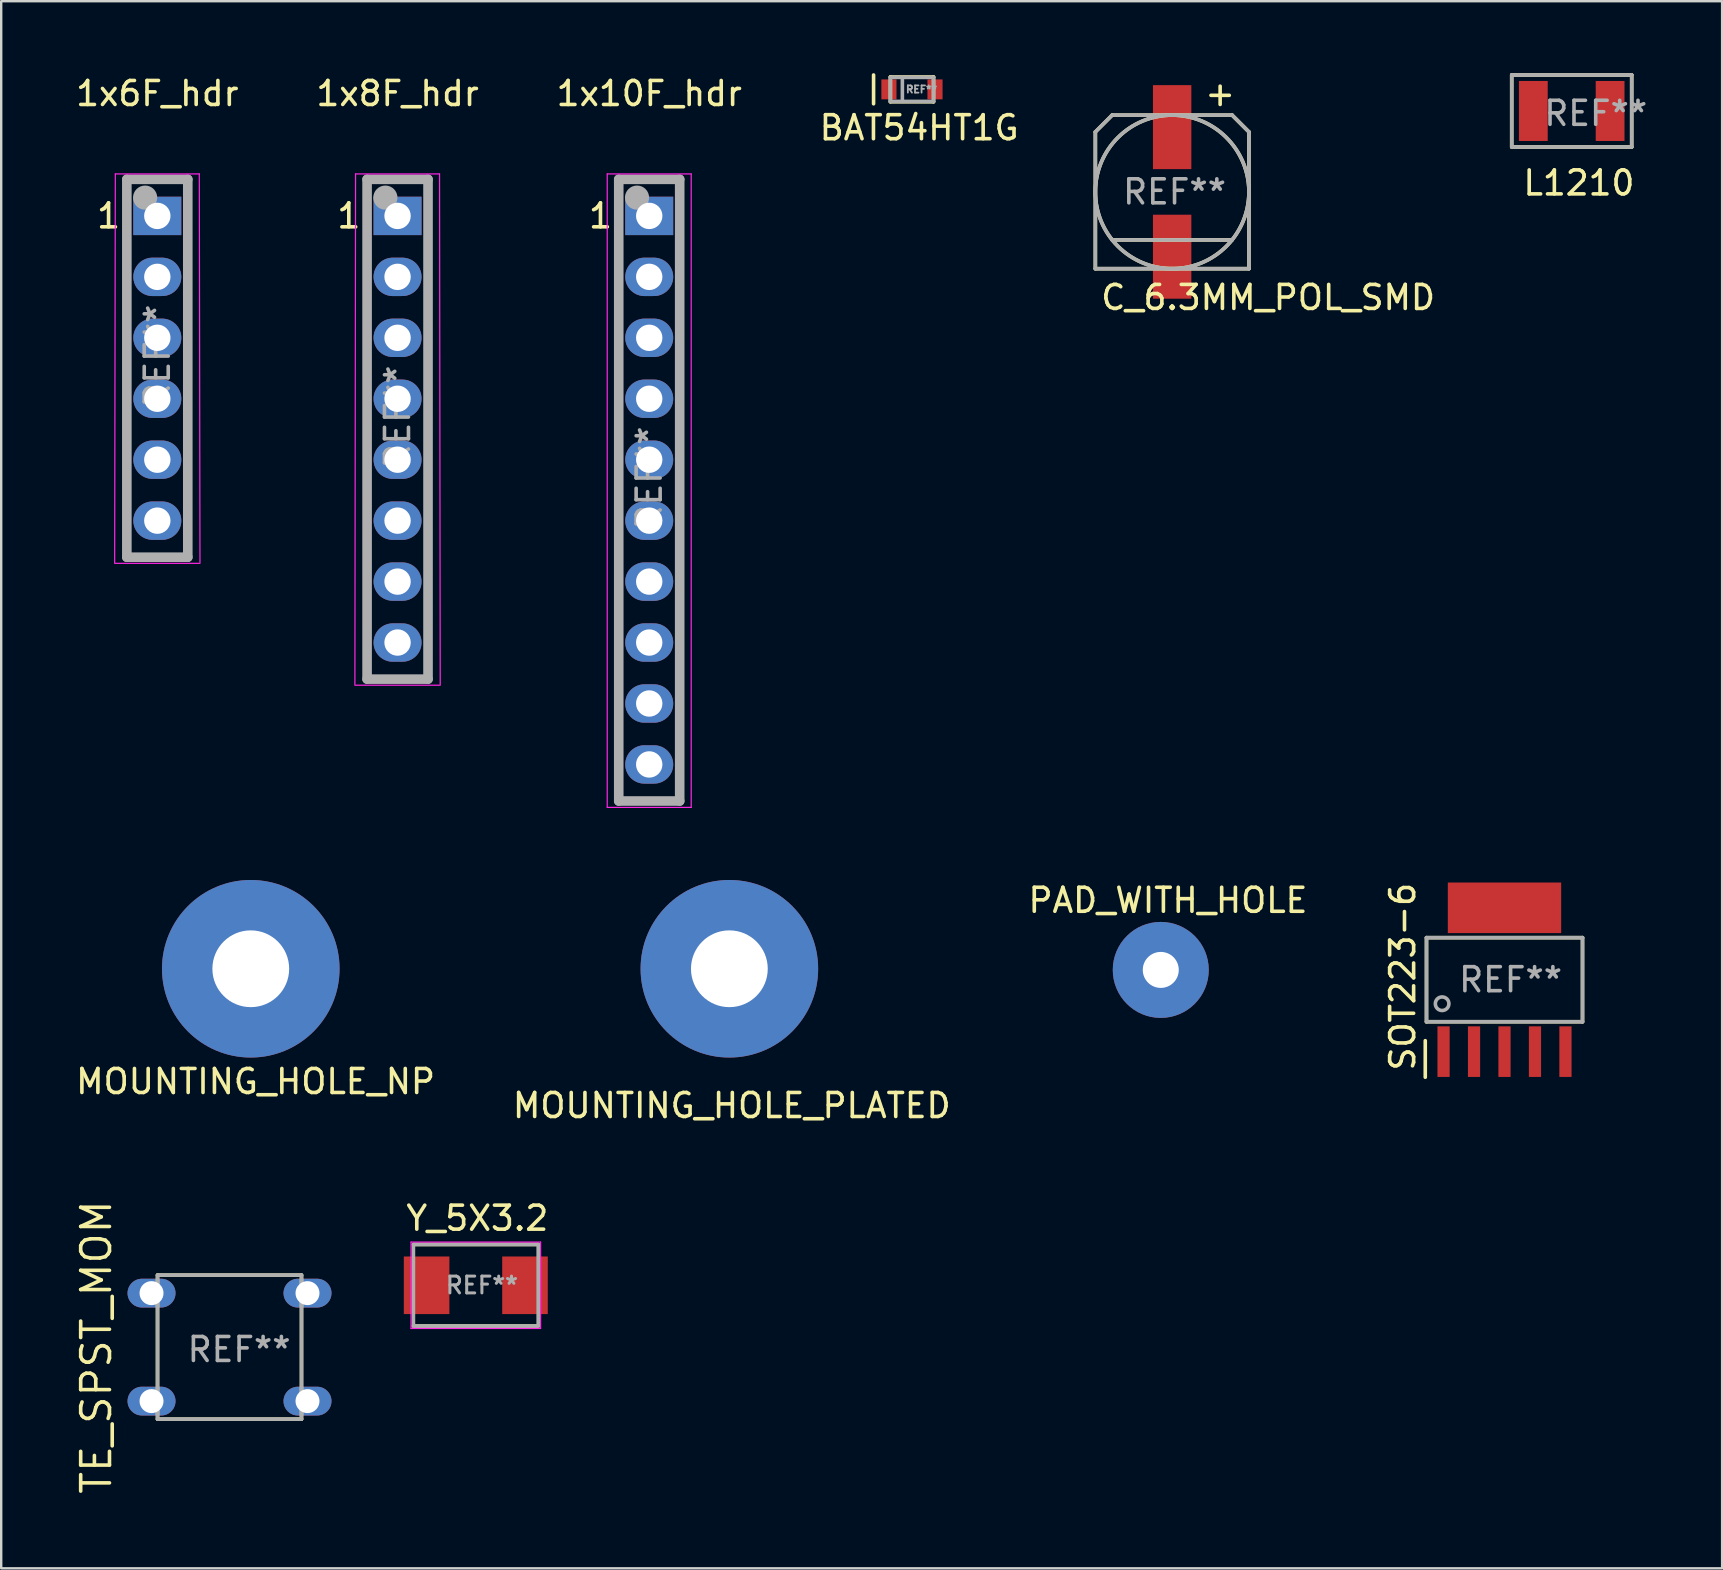
<source format=kicad_pcb>
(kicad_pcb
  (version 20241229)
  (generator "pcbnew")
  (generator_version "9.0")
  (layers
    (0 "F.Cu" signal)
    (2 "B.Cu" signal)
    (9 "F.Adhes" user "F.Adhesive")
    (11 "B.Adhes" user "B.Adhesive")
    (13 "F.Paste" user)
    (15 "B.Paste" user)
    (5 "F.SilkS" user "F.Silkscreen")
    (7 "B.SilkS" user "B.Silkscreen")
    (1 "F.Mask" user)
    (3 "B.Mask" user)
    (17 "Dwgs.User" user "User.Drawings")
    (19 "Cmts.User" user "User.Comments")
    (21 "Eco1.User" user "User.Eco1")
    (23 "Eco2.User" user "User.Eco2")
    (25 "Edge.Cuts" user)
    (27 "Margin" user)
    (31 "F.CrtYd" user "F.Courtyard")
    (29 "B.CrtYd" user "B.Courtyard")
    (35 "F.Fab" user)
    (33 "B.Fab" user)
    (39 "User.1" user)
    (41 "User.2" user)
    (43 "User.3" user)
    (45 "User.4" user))
  (footprint "BAT54HT1G"
    (layer "F.Cu")
    (at 34.956 0.675)
    (property "Reference" "BAT54HT1G" (at 0.3 1.6 0) (layer "F.SilkS") (effects (font (size 1 1) (thickness 0.15))))
    (attr through_hole)
    (fp_line (start -1.6 -0.6) (end -1.6 0.6) (stroke (width 0.15) (type solid)) (layer "F.SilkS"))
    (fp_line (start -0.9 -0.517) (end -0.9 0.517) (stroke (width 0.15) (type solid)) (layer "F.SilkS"))
    (fp_line (start -0.9 0.517) (end 0.9 0.517) (stroke (width 0.15) (type solid)) (layer "F.SilkS"))
    (fp_line (start 0.9 -0.517) (end -0.9 -0.517) (stroke (width 0.15) (type solid)) (layer "F.SilkS"))
    (fp_line (start 0.9 0.517) (end 0.9 -0.517) (stroke (width 0.15) (type solid)) (layer "F.SilkS"))
    (fp_line (start -0.9 -0.5) (end 0.9 -0.5) (stroke (width 0.15) (type solid)) (layer "F.Fab"))
    (fp_line (start -0.9 0.5) (end -0.9 -0.5) (stroke (width 0.15) (type solid)) (layer "F.Fab"))
    (fp_line (start -0.4 -0.5) (end -0.4 0.5) (stroke (width 0.15) (type solid)) (layer "F.Fab"))
    (fp_line (start 0.9 -0.5) (end 0.9 0.5) (stroke (width 0.15) (type solid)) (layer "F.Fab"))
    (fp_line (start 0.9 0.5) (end -0.9 0.5) (stroke (width 0.15) (type solid)) (layer "F.Fab"))
    (fp_text user "REF**" (at 0.4 0 0) (layer "F.Fab") (effects (font (size 0.3 0.3) (thickness 0.075))))
    (pad "1" smd rect (at -0.96 0) (size 0.63 0.83) (layers "F.Cu" "F.Mask" "F.Paste"))
    (pad "2" smd rect (at 0.96 0) (size 0.63 0.83) (layers "F.Cu" "F.Mask" "F.Paste")))
  (footprint "MOUNTING_HOLE_PLATED"
    (layer "F.Cu")
    (at 27.346 37.323)
    (property "Reference" "MOUNTING_HOLE_PLATED" (at 0.1 5.7 0) (layer "F.SilkS") (effects (font (size 1 1) (thickness 0.15))))
    (attr through_hole)
    (pad "1" thru_hole circle (at 0 0) (size 7.4 7.4) (drill 3.2) (layers "*.Cu" "*.Mask")))
  (footprint "SOT223-6"
    (layer "F.Cu")
    (at 57.11 40.777)
    (property "Reference" "SOT223-6" (at -1.702 -3.124 90) (layer "F.SilkS") (effects (font (size 1 1) (thickness 0.15))))
    (attr through_hole)
    (fp_line (start -0.762 -0.457) (end -0.762 1.067) (stroke (width 0.15) (type solid)) (layer "F.SilkS"))
    (fp_line (start -0.711 -4.75) (end -0.711 -1.245) (stroke (width 0.15) (type solid)) (layer "F.SilkS"))
    (fp_line (start 5.791 -4.75) (end -0.711 -4.75) (stroke (width 0.15) (type solid)) (layer "F.SilkS"))
    (fp_line (start 5.791 -4.75) (end 5.791 -1.245) (stroke (width 0.15) (type solid)) (layer "F.SilkS"))
    (fp_line (start 5.791 -1.245) (end -0.711 -1.245) (stroke (width 0.15) (type solid)) (layer "F.SilkS"))
    (fp_line (start -0.711 -4.75) (end -0.711 -1.245) (stroke (width 0.15) (type solid)) (layer "F.Fab"))
    (fp_line (start 5.791 -4.75) (end -0.711 -4.75) (stroke (width 0.15) (type solid)) (layer "F.Fab"))
    (fp_line (start 5.791 -4.75) (end 5.791 -1.245) (stroke (width 0.15) (type solid)) (layer "F.Fab"))
    (fp_line (start 5.791 -1.245) (end -0.711 -1.245) (stroke (width 0.15) (type solid)) (layer "F.Fab"))
    (fp_circle (center -0.06 -1.997) (end 0.14 -1.797) (stroke (width 0.15) (type solid)) (fill no) (layer "F.Fab"))
    (fp_text user "REF**" (at 2.794 -2.997 0) (layer "F.Fab") (effects (font (size 1 1) (thickness 0.15))))
    (pad "1" smd rect (at 0 0) (size 0.508 2.108) (layers "F.Cu" "F.Mask" "F.Paste"))
    (pad "2" smd rect (at 1.27 0) (size 0.508 2.108) (layers "F.Cu" "F.Mask" "F.Paste"))
    (pad "3" smd rect (at 2.54 0) (size 0.508 2.108) (layers "F.Cu" "F.Mask" "F.Paste"))
    (pad "4" smd rect (at 3.81 0) (size 0.508 2.108) (layers "F.Cu" "F.Mask" "F.Paste"))
    (pad "5" smd rect (at 5.08 0) (size 0.508 2.108) (layers "F.Cu" "F.Mask" "F.Paste"))
    (pad "6" smd rect (at 2.54 -5.994) (size 4.724 2.108) (layers "F.Cu" "F.Mask" "F.Paste")))
  (footprint "Y_5X3.2"
    (layer "F.Cu")
    (at 16.779 50.514)
    (property "Reference" "Y_5X3.2" (at 0.064 -2.794 0) (layer "F.SilkS") (effects (font (size 1 1) (thickness 0.15))))
    (attr smd)
    (fp_line (start -2.6 1.7) (end 2.6 1.7) (stroke (width 0.15) (type solid)) (layer "F.SilkS"))
    (fp_line (start 2.6 -1.7) (end -2.6 -1.7) (stroke (width 0.15) (type solid)) (layer "F.SilkS"))
    (fp_line (start -2.7 -1.8) (end -2.7 1.8) (stroke (width 0.05) (type solid)) (layer "F.CrtYd"))
    (fp_line (start -2.7 -1.8) (end 2.7 -1.8) (stroke (width 0.05) (type solid)) (layer "F.CrtYd"))
    (fp_line (start -2.7 1.8) (end 2.7 1.8) (stroke (width 0.05) (type solid)) (layer "F.CrtYd"))
    (fp_line (start 2.7 -1.8) (end 2.7 1.8) (stroke (width 0.05) (type solid)) (layer "F.CrtYd"))
    (fp_line (start -2.6 -1.7) (end 2.6 -1.7) (stroke (width 0.15) (type solid)) (layer "F.Fab"))
    (fp_line (start -2.6 1.7) (end -2.6 -1.7) (stroke (width 0.15) (type solid)) (layer "F.Fab"))
    (fp_line (start 2.6 -1.7) (end 2.6 1.7) (stroke (width 0.15) (type solid)) (layer "F.Fab"))
    (fp_line (start 2.6 1.7) (end -2.6 1.7) (stroke (width 0.15) (type solid)) (layer "F.Fab"))
    (fp_text user "REF**" (at 0.254 0 0) (layer "F.Fab") (effects (font (size 0.7 0.7) (thickness 0.125))))
    (pad "1" smd rect (at -2.05 0) (size 1.9 2.4) (layers "F.Cu" "F.Mask" "F.Paste"))
    (pad "2" smd rect (at 2.05 0) (size 1.9 2.4) (layers "F.Cu" "F.Mask" "F.Paste")))
  (footprint "TE_SPST_MOM"
    (layer "F.Cu")
    (at 6.515 53.091)
    (property "Reference" "TE_SPST_MOM" (at -5.55 0 90) (layer "F.SilkS") (effects (font (size 1.2 1.2) (thickness 0.15))))
    (attr through_hole)
    (fp_line (start -3 -3) (end -3 3) (stroke (width 0.15) (type solid)) (layer "F.SilkS"))
    (fp_line (start -3 3) (end 3 3) (stroke (width 0.15) (type solid)) (layer "F.SilkS"))
    (fp_line (start 3 -3) (end -3 -3) (stroke (width 0.15) (type solid)) (layer "F.SilkS"))
    (fp_line (start 3 3) (end 3 -3) (stroke (width 0.15) (type solid)) (layer "F.SilkS"))
    (fp_line (start -3 -3) (end 3 -3) (stroke (width 0.15) (type solid)) (layer "F.Fab"))
    (fp_line (start -3 3) (end -3 -3) (stroke (width 0.15) (type solid)) (layer "F.Fab"))
    (fp_line (start 3 -3) (end 3 3) (stroke (width 0.15) (type solid)) (layer "F.Fab"))
    (fp_line (start 3 3) (end -3 3) (stroke (width 0.15) (type solid)) (layer "F.Fab"))
    (fp_text user "REF**" (at 0.4 0.1 0) (layer "F.Fab") (effects (font (size 1 1) (thickness 0.15))))
    (pad "1" thru_hole oval (at -3.25 2.25) (size 2 1.2) (drill 1) (layers "*.Cu" "*.Mask"))
    (pad "2" thru_hole oval (at 3.25 2.25) (size 2 1.2) (drill 1) (layers "*.Cu" "*.Mask"))
    (pad "3" thru_hole oval (at -3.25 -2.25) (size 2 1.2) (drill 1) (layers "*.Cu" "*.Mask"))
    (pad "4" thru_hole oval (at 3.25 -2.25) (size 2 1.2) (drill 1) (layers "*.Cu" "*.Mask")))
  (footprint "1x6F_hdr"
    (layer "F.Cu")
    (at 3.506 5.948)
    (property "Reference" "1x6F_hdr" (at 0 -5.1 0) (layer "F.SilkS") (effects (font (size 1 1) (thickness 0.15))))
    (attr through_hole)
    (fp_line (start -1.27 14.224) (end -1.27 -1.524) (stroke (width 0.15) (type solid)) (layer "F.SilkS"))
    (fp_line (start 1.27 -1.524) (end -1.27 -1.524) (stroke (width 0.15) (type solid)) (layer "F.SilkS"))
    (fp_line (start 1.27 -1.524) (end 1.27 14.224) (stroke (width 0.15) (type solid)) (layer "F.SilkS"))
    (fp_line (start 1.27 14.224) (end -1.27 14.224) (stroke (width 0.15) (type solid)) (layer "F.SilkS"))
    (fp_line (start -1.75 -1.75) (end -1.778 14.478) (stroke (width 0.05) (type solid)) (layer "F.CrtYd"))
    (fp_line (start -1.75 -1.75) (end 1.75 -1.75) (stroke (width 0.05) (type solid)) (layer "F.CrtYd"))
    (fp_line (start -1.75 14.478) (end 1.75 14.478) (stroke (width 0.05) (type solid)) (layer "F.CrtYd"))
    (fp_line (start 1.75 -1.75) (end 1.778 14.478) (stroke (width 0.05) (type solid)) (layer "F.CrtYd"))
    (fp_line (start -1.27 -1.524) (end 1.27 -1.524) (stroke (width 0.4) (type solid)) (layer "F.Fab"))
    (fp_line (start -1.27 14.224) (end -1.27 -1.524) (stroke (width 0.4) (type solid)) (layer "F.Fab"))
    (fp_line (start 1.27 -1.524) (end 1.27 14.224) (stroke (width 0.4) (type solid)) (layer "F.Fab"))
    (fp_line (start 1.27 14.224) (end -1.27 14.224) (stroke (width 0.4) (type solid)) (layer "F.Fab"))
    (fp_circle (center -0.508 -0.762) (end -0.508 -0.508) (stroke (width 0.5) (type solid)) (fill no) (layer "F.Fab"))
    (fp_text user "1" (at -2.032 0 0) (layer "F.SilkS") (effects (font (size 1 1) (thickness 0.15))))
    (fp_text user "REF**" (at 0 5.842 90) (layer "F.Fab") (effects (font (size 1 1) (thickness 0.15))))
    (pad "1" thru_hole rect (at 0 0) (size 2 1.6) (drill 1.1) (layers "*.Cu" "*.Mask"))
    (pad "2" thru_hole oval (at 0 2.54) (size 2 1.6) (drill 1.1) (layers "*.Cu" "*.Mask"))
    (pad "3" thru_hole oval (at 0 5.08) (size 2 1.6) (drill 1.1) (layers "*.Cu" "*.Mask"))
    (pad "4" thru_hole oval (at 0 7.62) (size 2 1.6) (drill 1.1) (layers "*.Cu" "*.Mask"))
    (pad "5" thru_hole oval (at 0 10.16) (size 2 1.6) (drill 1.1) (layers "*.Cu" "*.Mask"))
    (pad "6" thru_hole oval (at 0 12.7) (size 2 1.6) (drill 1.1) (layers "*.Cu" "*.Mask")))
  (footprint "MOUNTING_HOLE_NP"
    (layer "F.Cu")
    (at 7.401 37.323)
    (property "Reference" "MOUNTING_HOLE_NP" (at 0.2 4.7 0) (layer "F.SilkS") (effects (font (size 1 1) (thickness 0.15))))
    (attr through_hole)
    (pad "" np_thru_hole circle (at 0 0) (size 7.4 7.4) (drill 3.2) (layers "*.Cu" "*.Mask")))
  (footprint "L1210"
    (layer "F.Cu")
    (at 62.451 1.575)
    (property "Reference" "L1210" (at 0.3 3 0) (layer "F.SilkS") (effects (font (size 1 1) (thickness 0.15))))
    (attr through_hole)
    (fp_line (start -2.5 -1.5) (end -2.5 1.5) (stroke (width 0.15) (type solid)) (layer "F.SilkS"))
    (fp_line (start -2.5 1.5) (end 2.5 1.5) (stroke (width 0.15) (type solid)) (layer "F.SilkS"))
    (fp_line (start 2.5 -1.5) (end -2.5 -1.5) (stroke (width 0.15) (type solid)) (layer "F.SilkS"))
    (fp_line (start 2.5 1.5) (end 2.5 -1.5) (stroke (width 0.15) (type solid)) (layer "F.SilkS"))
    (fp_line (start -2.5 -1.5) (end -2.5 1.5) (stroke (width 0.15) (type solid)) (layer "F.Fab"))
    (fp_line (start -2.5 1.5) (end 2.5 1.5) (stroke (width 0.15) (type solid)) (layer "F.Fab"))
    (fp_line (start 2.5 -1.5) (end -2.5 -1.5) (stroke (width 0.15) (type solid)) (layer "F.Fab"))
    (fp_line (start 2.5 1.5) (end 2.5 -1.5) (stroke (width 0.15) (type solid)) (layer "F.Fab"))
    (fp_text user "REF**" (at 1 0.1 0) (layer "F.Fab") (effects (font (size 1 1) (thickness 0.15))))
    (pad "1" smd rect (at -1.6 0) (size 1.2 2.5) (layers "F.Cu" "F.Mask" "F.Paste"))
    (pad "2" smd rect (at 1.6 0) (size 1.2 2.5) (layers "F.Cu" "F.Mask" "F.Paste")))
  (footprint "PAD_WITH_HOLE"
    (layer "F.Cu")
    (at 45.325 37.371)
    (property "Reference" "PAD_WITH_HOLE" (at 0.3 -2.9 0) (layer "F.SilkS") (effects (font (size 1 1) (thickness 0.15))))
    (attr through_hole)
    (pad "1" thru_hole circle (at 0 0) (size 4 4) (drill 1.5) (layers "*.Cu" "*.Mask")))
  (footprint "1x10F_hdr"
    (layer "F.Cu")
    (at 24.006 5.948)
    (property "Reference" "1x10F_hdr" (at 0 -5.1 0) (layer "F.SilkS") (effects (font (size 1 1) (thickness 0.15))))
    (attr through_hole)
    (fp_line (start -1.27 24.384) (end -1.27 -1.524) (stroke (width 0.15) (type solid)) (layer "F.SilkS"))
    (fp_line (start 1.27 -1.524) (end -1.27 -1.524) (stroke (width 0.15) (type solid)) (layer "F.SilkS"))
    (fp_line (start 1.27 -1.524) (end 1.27 24.384) (stroke (width 0.15) (type solid)) (layer "F.SilkS"))
    (fp_line (start 1.27 24.384) (end -1.27 24.384) (stroke (width 0.15) (type solid)) (layer "F.SilkS"))
    (fp_line (start -1.75 -1.75) (end -1.75 24.65) (stroke (width 0.05) (type solid)) (layer "F.CrtYd"))
    (fp_line (start -1.75 -1.75) (end 1.75 -1.75) (stroke (width 0.05) (type solid)) (layer "F.CrtYd"))
    (fp_line (start -1.75 24.65) (end 1.75 24.65) (stroke (width 0.05) (type solid)) (layer "F.CrtYd"))
    (fp_line (start 1.75 -1.75) (end 1.75 24.65) (stroke (width 0.05) (type solid)) (layer "F.CrtYd"))
    (fp_line (start -1.27 -1.524) (end 1.27 -1.524) (stroke (width 0.4) (type solid)) (layer "F.Fab"))
    (fp_line (start -1.27 24.384) (end -1.27 -1.524) (stroke (width 0.4) (type solid)) (layer "F.Fab"))
    (fp_line (start 1.27 -1.524) (end 1.27 24.384) (stroke (width 0.4) (type solid)) (layer "F.Fab"))
    (fp_line (start 1.27 24.384) (end -1.27 24.384) (stroke (width 0.4) (type solid)) (layer "F.Fab"))
    (fp_circle (center -0.508 -0.762) (end -0.508 -0.508) (stroke (width 0.5) (type solid)) (fill no) (layer "F.Fab"))
    (fp_text user "1" (at -2.032 0 0) (layer "F.SilkS") (effects (font (size 1 1) (thickness 0.15))))
    (fp_text user "REF**" (at 0 10.922 90) (layer "F.Fab") (effects (font (size 1 1) (thickness 0.15))))
    (pad "1" thru_hole rect (at 0 0) (size 2 1.6) (drill 1.1) (layers "*.Cu" "*.Mask"))
    (pad "2" thru_hole oval (at 0 2.54) (size 2 1.6) (drill 1.1) (layers "*.Cu" "*.Mask"))
    (pad "3" thru_hole oval (at 0 5.08) (size 2 1.6) (drill 1.1) (layers "*.Cu" "*.Mask"))
    (pad "4" thru_hole oval (at 0 7.62) (size 2 1.6) (drill 1.1) (layers "*.Cu" "*.Mask"))
    (pad "5" thru_hole oval (at 0 10.16) (size 2 1.6) (drill 1.1) (layers "*.Cu" "*.Mask"))
    (pad "6" thru_hole oval (at 0 12.7) (size 2 1.6) (drill 1.1) (layers "*.Cu" "*.Mask"))
    (pad "7" thru_hole oval (at 0 15.24) (size 2 1.6) (drill 1.1) (layers "*.Cu" "*.Mask"))
    (pad "8" thru_hole oval (at 0 17.78) (size 2 1.6) (drill 1.1) (layers "*.Cu" "*.Mask"))
    (pad "9" thru_hole oval (at 0 20.32) (size 2 1.6) (drill 1.1) (layers "*.Cu" "*.Mask"))
    (pad "10" thru_hole oval (at 0 22.86) (size 2 1.6) (drill 1.1) (layers "*.Cu" "*.Mask")))
  (footprint "C_6.3MM_POL_SMD"
    (layer "F.Cu")
    (at 45.799 4.948)
    (property "Reference" "C_6.3MM_POL_SMD" (at 4 4.4 0) (layer "F.SilkS") (effects (font (size 1 1) (thickness 0.15))))
    (attr through_hole)
    (fp_line (start -3.2 -2.5) (end -3.2 3.2) (stroke (width 0.15) (type solid)) (layer "F.SilkS"))
    (fp_line (start -3.2 3.2) (end 0 3.2) (stroke (width 0.15) (type solid)) (layer "F.SilkS"))
    (fp_line (start -2.5 -3.2) (end -3.2 -2.5) (stroke (width 0.15) (type solid)) (layer "F.SilkS"))
    (fp_line (start -2.5 2) (end 2.5 2) (stroke (width 0.15) (type solid)) (layer "F.SilkS"))
    (fp_line (start 0 3.2) (end 3.2 3.2) (stroke (width 0.15) (type solid)) (layer "F.SilkS"))
    (fp_line (start 2.5 -3.2) (end -2.5 -3.2) (stroke (width 0.15) (type solid)) (layer "F.SilkS"))
    (fp_line (start 3.2 -2.5) (end 2.5 -3.2) (stroke (width 0.15) (type solid)) (layer "F.SilkS"))
    (fp_line (start 3.2 3.2) (end 3.2 -2.5) (stroke (width 0.15) (type solid)) (layer "F.SilkS"))
    (fp_circle (center 0 0) (end 3.2 0) (stroke (width 0.15) (type solid)) (fill no) (layer "F.SilkS"))
    (fp_line (start -3.2 -2.5) (end -3.2 3.2) (stroke (width 0.15) (type solid)) (layer "F.Fab"))
    (fp_line (start -3.2 3.2) (end 0 3.2) (stroke (width 0.15) (type solid)) (layer "F.Fab"))
    (fp_line (start -2.5 -3.2) (end -3.2 -2.5) (stroke (width 0.15) (type solid)) (layer "F.Fab"))
    (fp_line (start -2.5 2) (end 2.5 2) (stroke (width 0.15) (type solid)) (layer "F.Fab"))
    (fp_line (start 0 3.2) (end 3.2 3.2) (stroke (width 0.15) (type solid)) (layer "F.Fab"))
    (fp_line (start 2.5 -3.2) (end -2.5 -3.2) (stroke (width 0.15) (type solid)) (layer "F.Fab"))
    (fp_line (start 3.2 -2.5) (end 2.5 -3.2) (stroke (width 0.15) (type solid)) (layer "F.Fab"))
    (fp_line (start 3.2 3.2) (end 3.2 -2.5) (stroke (width 0.15) (type solid)) (layer "F.Fab"))
    (fp_circle (center 0 0) (end 3.2 0) (stroke (width 0.15) (type solid)) (fill no) (layer "F.Fab"))
    (fp_text user "+" (at 2 -4.1 0) (layer "F.SilkS") (effects (font (size 1 1) (thickness 0.15))))
    (fp_text user "REF**" (at 0.1 0 0) (layer "F.Fab") (effects (font (size 1 1) (thickness 0.15))))
    (pad "1" smd rect (at 0 -2.7) (size 1.6 3.5) (layers "F.Cu" "F.Mask" "F.Paste"))
    (pad "2" smd rect (at 0 2.7) (size 1.6 3.5) (layers "F.Cu" "F.Mask" "F.Paste")))
  (footprint "1x8F_hdr"
    (layer "F.Cu")
    (at 13.518 5.948)
    (property "Reference" "1x8F_hdr" (at 0 -5.1 0) (layer "F.SilkS") (effects (font (size 1 1) (thickness 0.15))))
    (attr through_hole)
    (fp_line (start -1.27 19.304) (end -1.27 -1.524) (stroke (width 0.15) (type solid)) (layer "F.SilkS"))
    (fp_line (start 1.27 -1.524) (end -1.27 -1.524) (stroke (width 0.15) (type solid)) (layer "F.SilkS"))
    (fp_line (start 1.27 -1.524) (end 1.27 19.304) (stroke (width 0.15) (type solid)) (layer "F.SilkS"))
    (fp_line (start 1.27 19.304) (end -1.27 19.304) (stroke (width 0.15) (type solid)) (layer "F.SilkS"))
    (fp_line (start -1.75 -1.75) (end -1.778 19.558) (stroke (width 0.05) (type solid)) (layer "F.CrtYd"))
    (fp_line (start -1.75 -1.75) (end 1.75 -1.75) (stroke (width 0.05) (type solid)) (layer "F.CrtYd"))
    (fp_line (start -1.75 19.558) (end 1.75 19.558) (stroke (width 0.05) (type solid)) (layer "F.CrtYd"))
    (fp_line (start 1.75 -1.75) (end 1.778 19.558) (stroke (width 0.05) (type solid)) (layer "F.CrtYd"))
    (fp_line (start -1.27 -1.524) (end 1.27 -1.524) (stroke (width 0.4) (type solid)) (layer "F.Fab"))
    (fp_line (start -1.27 19.304) (end -1.27 -1.524) (stroke (width 0.4) (type solid)) (layer "F.Fab"))
    (fp_line (start 1.27 -1.524) (end 1.27 19.304) (stroke (width 0.4) (type solid)) (layer "F.Fab"))
    (fp_line (start 1.27 19.304) (end -1.27 19.304) (stroke (width 0.4) (type solid)) (layer "F.Fab"))
    (fp_circle (center -0.508 -0.762) (end -0.508 -0.508) (stroke (width 0.5) (type solid)) (fill no) (layer "F.Fab"))
    (fp_text user "1" (at -2.032 0 0) (layer "F.SilkS") (effects (font (size 1 1) (thickness 0.15))))
    (fp_text user "REF**" (at 0 8.382 90) (layer "F.Fab") (effects (font (size 1 1) (thickness 0.15))))
    (pad "1" thru_hole rect (at 0 0) (size 2 1.6) (drill 1.1) (layers "*.Cu" "*.Mask"))
    (pad "2" thru_hole oval (at 0 2.54) (size 2 1.6) (drill 1.1) (layers "*.Cu" "*.Mask"))
    (pad "3" thru_hole oval (at 0 5.08) (size 2 1.6) (drill 1.1) (layers "*.Cu" "*.Mask"))
    (pad "4" thru_hole oval (at 0 7.62) (size 2 1.6) (drill 1.1) (layers "*.Cu" "*.Mask"))
    (pad "5" thru_hole oval (at 0 10.16) (size 2 1.6) (drill 1.1) (layers "*.Cu" "*.Mask"))
    (pad "6" thru_hole oval (at 0 12.7) (size 2 1.6) (drill 1.1) (layers "*.Cu" "*.Mask"))
    (pad "7" thru_hole oval (at 0 15.24) (size 2 1.6) (drill 1.1) (layers "*.Cu" "*.Mask"))
    (pad "8" thru_hole oval (at 0 17.78) (size 2 1.6) (drill 1.1) (layers "*.Cu" "*.Mask")))
  (gr_rect
    (start -3 -3)
    (end 68.719 62.31)
    (stroke (width 0.1) (type default))
    (fill no)
    (layer "Edge.Cuts")))
</source>
